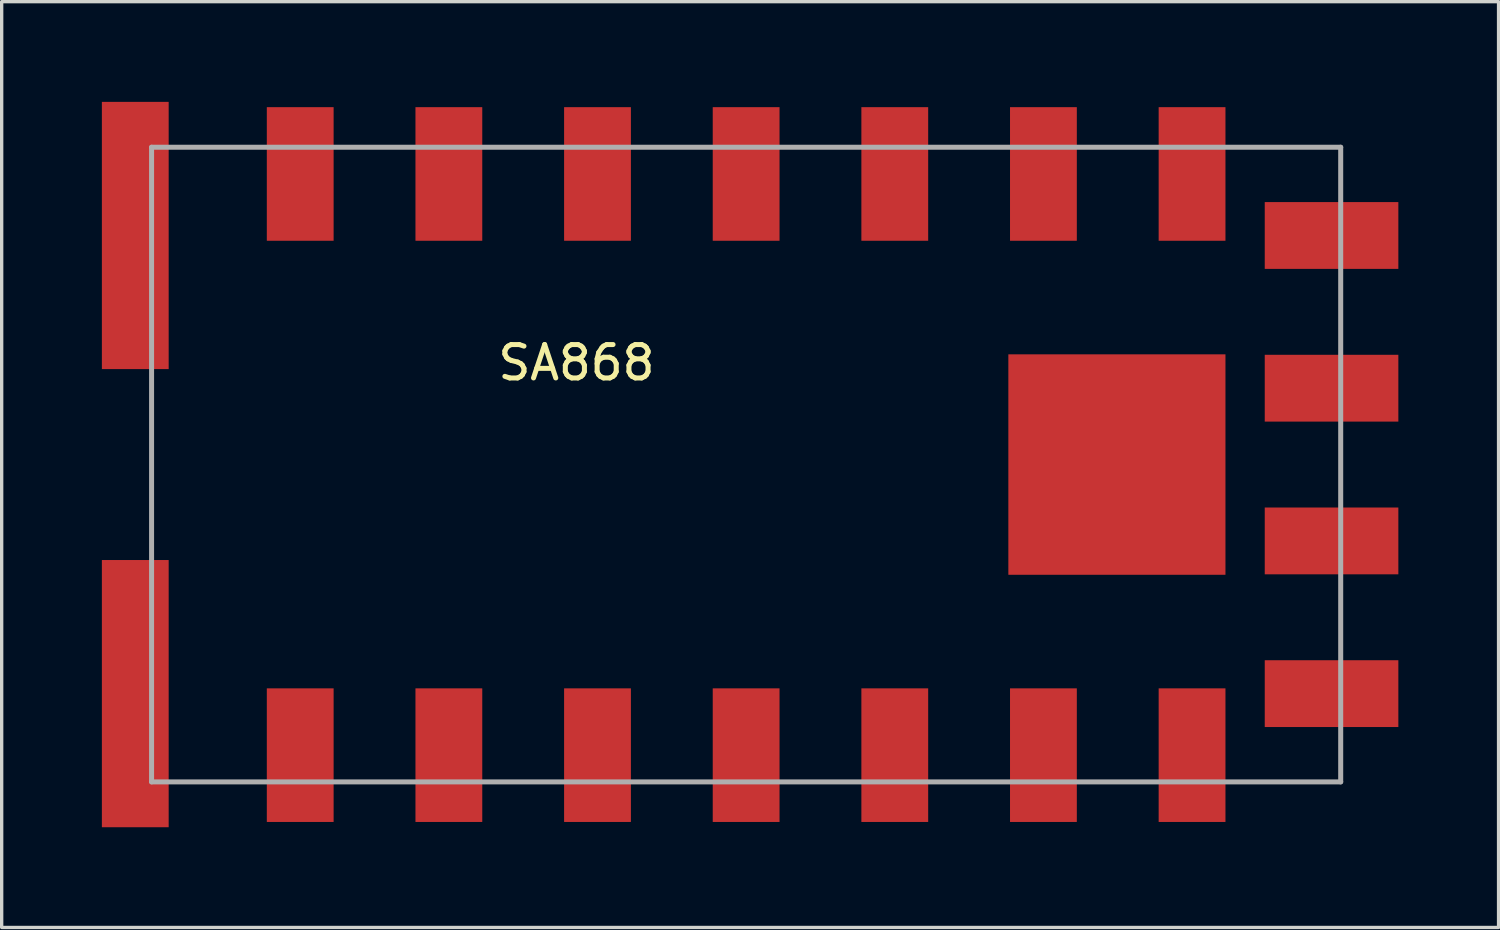
<source format=kicad_pcb>
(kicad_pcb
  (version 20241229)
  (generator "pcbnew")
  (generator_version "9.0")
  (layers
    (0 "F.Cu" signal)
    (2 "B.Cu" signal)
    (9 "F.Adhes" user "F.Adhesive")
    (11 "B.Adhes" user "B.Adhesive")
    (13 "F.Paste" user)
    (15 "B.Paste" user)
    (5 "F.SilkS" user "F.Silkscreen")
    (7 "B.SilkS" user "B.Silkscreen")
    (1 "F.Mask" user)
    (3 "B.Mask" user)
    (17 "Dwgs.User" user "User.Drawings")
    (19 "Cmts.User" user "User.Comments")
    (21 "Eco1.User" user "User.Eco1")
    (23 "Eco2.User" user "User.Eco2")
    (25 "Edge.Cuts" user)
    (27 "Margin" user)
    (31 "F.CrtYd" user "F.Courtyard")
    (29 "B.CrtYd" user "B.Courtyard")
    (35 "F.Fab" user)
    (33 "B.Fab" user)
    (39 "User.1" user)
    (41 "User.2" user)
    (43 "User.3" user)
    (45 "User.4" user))
  (footprint "SA868"
    (layer "F.Cu")
    (at 19.288 10.858)
    (property "Reference" "SA868" (at -5.08 -3.048 0) (layer "F.SilkS") (effects (font (size 1 1) (thickness 0.15))))
    (attr through_hole)
    (fp_line (start -17.8 -9.5) (end 17.8 -9.5) (stroke (width 0.15) (type solid)) (layer "F.Fab"))
    (fp_line (start -17.8 9.5) (end -17.8 -9.5) (stroke (width 0.15) (type solid)) (layer "F.Fab"))
    (fp_line (start 17.8 -9.5) (end 17.8 9.5) (stroke (width 0.15) (type solid)) (layer "F.Fab"))
    (fp_line (start 17.8 9.5) (end -17.8 9.5) (stroke (width 0.15) (type solid)) (layer "F.Fab"))
    (pad "1" smd rect (at -13.35 -8.7) (size 2 4) (layers "F.Cu" "F.Mask" "F.Paste"))
    (pad "2" smd rect (at -8.9 -8.7) (size 2 4) (layers "F.Cu" "F.Mask" "F.Paste"))
    (pad "3" smd rect (at -4.45 -8.7) (size 2 4) (layers "F.Cu" "F.Mask" "F.Paste"))
    (pad "4" smd rect (at 0 -8.7) (size 2 4) (layers "F.Cu" "F.Mask" "F.Paste"))
    (pad "5" smd rect (at 4.45 -8.7) (size 2 4) (layers "F.Cu" "F.Mask" "F.Paste"))
    (pad "6" smd rect (at 8.9 -8.7) (size 2 4) (layers "F.Cu" "F.Mask" "F.Paste"))
    (pad "7" smd rect (at 13.35 -8.7) (size 2 4) (layers "F.Cu" "F.Mask" "F.Paste"))
    (pad "8" smd rect (at 17.526 -6.858 90) (size 2 4) (layers "F.Cu" "F.Mask" "F.Paste"))
    (pad "9" smd rect (at 17.526 -2.286 90) (size 2 4) (layers "F.Cu" "F.Mask" "F.Paste"))
    (pad "10" smd rect (at 17.526 2.286 90) (size 2 4) (layers "F.Cu" "F.Mask" "F.Paste"))
    (pad "11" smd rect (at 17.526 6.858 90) (size 2 4) (layers "F.Cu" "F.Mask" "F.Paste"))
    (pad "12" smd rect (at 13.35 8.7) (size 2 4) (layers "F.Cu" "F.Mask" "F.Paste"))
    (pad "13" smd rect (at 8.9 8.7) (size 2 4) (layers "F.Cu" "F.Mask" "F.Paste"))
    (pad "14" smd rect (at 4.45 8.7) (size 2 4) (layers "F.Cu" "F.Mask" "F.Paste"))
    (pad "15" smd rect (at 0 8.7) (size 2 4) (layers "F.Cu" "F.Mask" "F.Paste"))
    (pad "16" smd rect (at -4.45 8.7) (size 2 4) (layers "F.Cu" "F.Mask" "F.Paste"))
    (pad "17" smd rect (at -8.9 8.7) (size 2 4) (layers "F.Cu" "F.Mask" "F.Paste"))
    (pad "18" smd rect (at -13.35 8.7) (size 2 4) (layers "F.Cu" "F.Mask" "F.Paste"))
    (pad "P1" smd rect (at 11.1 0) (size 6.5 6.6) (layers "F.Cu" "F.Mask" "F.Paste"))
    (pad "P2" smd rect (at -18.288 -6.858) (size 2 8) (layers "F.Cu" "F.Mask" "F.Paste"))
    (pad "P3" smd rect (at -18.288 6.858) (size 2 8) (layers "F.Cu" "F.Mask" "F.Paste")))
  (gr_rect
    (start -3 -3)
    (end 41.814 24.716)
    (stroke (width 0.1) (type default))
    (fill no)
    (layer "Edge.Cuts")))
</source>
